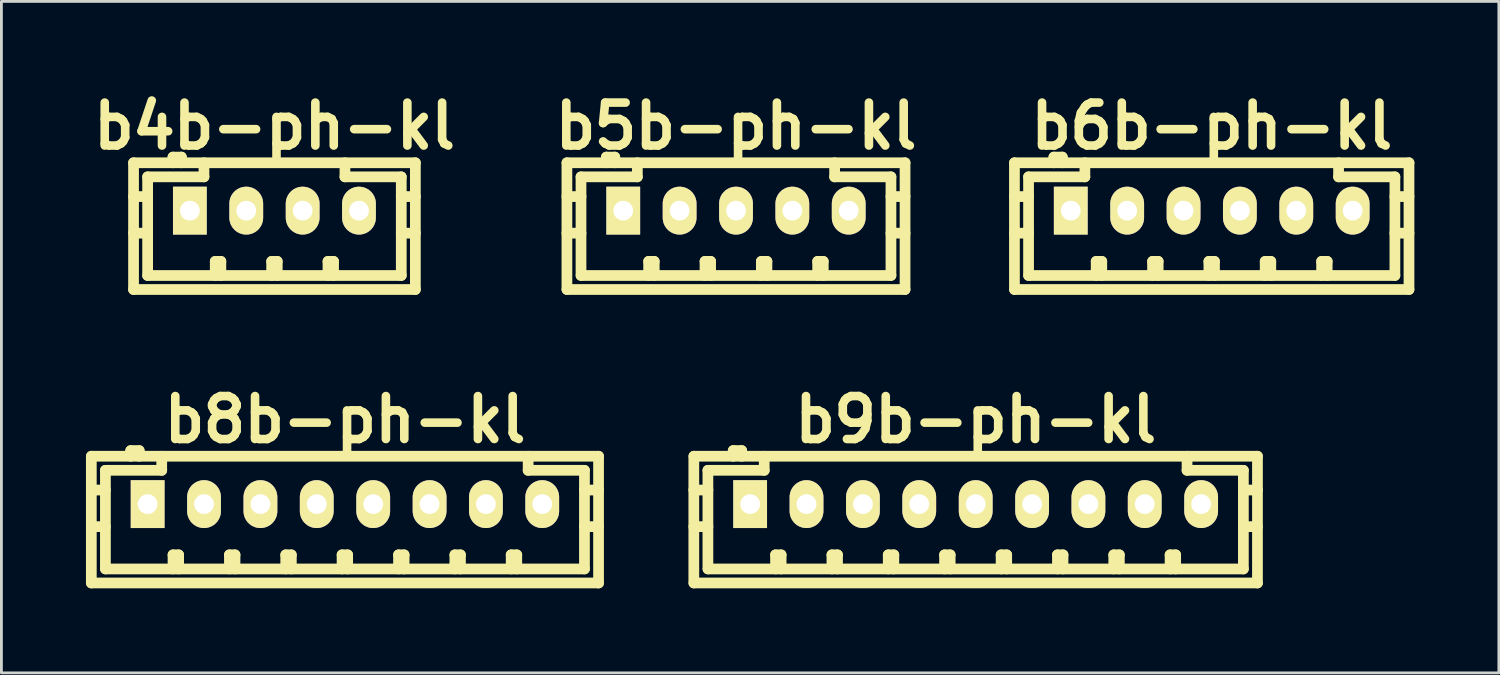
<source format=kicad_pcb>
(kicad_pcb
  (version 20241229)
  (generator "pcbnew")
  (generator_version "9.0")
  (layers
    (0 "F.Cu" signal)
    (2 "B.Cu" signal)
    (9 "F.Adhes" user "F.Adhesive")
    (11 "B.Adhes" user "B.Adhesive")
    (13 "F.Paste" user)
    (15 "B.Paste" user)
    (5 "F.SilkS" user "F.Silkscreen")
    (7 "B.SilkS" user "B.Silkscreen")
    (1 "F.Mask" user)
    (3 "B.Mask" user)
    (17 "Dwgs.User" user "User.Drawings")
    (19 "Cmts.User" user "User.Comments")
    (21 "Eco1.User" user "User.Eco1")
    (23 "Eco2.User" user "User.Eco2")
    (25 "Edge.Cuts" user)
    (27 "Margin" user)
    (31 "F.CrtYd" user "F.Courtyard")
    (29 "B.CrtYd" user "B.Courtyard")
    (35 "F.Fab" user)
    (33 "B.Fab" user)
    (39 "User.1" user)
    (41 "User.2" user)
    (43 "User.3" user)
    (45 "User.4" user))
  (footprint "b4b-ph-kl"
    (layer "F.Cu")
    (at 6.691 4.426)
    (property "Reference" "b4b-ph-kl" (at 0 -3 0) (layer "F.SilkS") (effects (font (size 1.524 1.524) (thickness 0.305))))
    (attr through_hole)
    (fp_line (start -5.001 -1.699) (end -5.001 2.799) (stroke (width 0.381) (type solid)) (layer "F.SilkS"))
    (fp_line (start -5.001 -1.699) (end 5.001 -1.699) (stroke (width 0.381) (type solid)) (layer "F.SilkS"))
    (fp_line (start -5.001 2.799) (end 5.001 2.799) (stroke (width 0.381) (type solid)) (layer "F.SilkS"))
    (fp_line (start -4.501 -1.199) (end -4.501 2.301) (stroke (width 0.381) (type solid)) (layer "F.SilkS"))
    (fp_line (start -4.501 -0.5) (end -5.001 -0.5) (stroke (width 0.381) (type solid)) (layer "F.SilkS"))
    (fp_line (start -4.501 0.8) (end -5.001 0.8) (stroke (width 0.381) (type solid)) (layer "F.SilkS"))
    (fp_line (start -3.602 -1.9) (end -3.602 -1.699) (stroke (width 0.381) (type solid)) (layer "F.SilkS"))
    (fp_line (start -3.302 -1.9) (end -3.602 -1.9) (stroke (width 0.381) (type solid)) (layer "F.SilkS"))
    (fp_line (start -3.302 -1.699) (end -3.302 -1.9) (stroke (width 0.381) (type solid)) (layer "F.SilkS"))
    (fp_line (start -2.502 -1.699) (end -2.502 -1.199) (stroke (width 0.381) (type solid)) (layer "F.SilkS"))
    (fp_line (start -2.502 -1.199) (end -4.501 -1.199) (stroke (width 0.381) (type solid)) (layer "F.SilkS"))
    (fp_line (start -2.101 1.801) (end -1.902 1.801) (stroke (width 0.381) (type solid)) (layer "F.SilkS"))
    (fp_line (start -2.101 2.301) (end -2.101 1.801) (stroke (width 0.381) (type solid)) (layer "F.SilkS"))
    (fp_line (start -1.902 1.801) (end -1.902 2.301) (stroke (width 0.381) (type solid)) (layer "F.SilkS"))
    (fp_line (start -0.099 1.801) (end 0.099 1.801) (stroke (width 0.381) (type solid)) (layer "F.SilkS"))
    (fp_line (start -0.099 2.301) (end -0.099 1.801) (stroke (width 0.381) (type solid)) (layer "F.SilkS"))
    (fp_line (start 0.099 1.801) (end 0.099 2.301) (stroke (width 0.381) (type solid)) (layer "F.SilkS"))
    (fp_line (start 1.9 1.801) (end 2.098 1.801) (stroke (width 0.381) (type solid)) (layer "F.SilkS"))
    (fp_line (start 1.9 2.301) (end 1.9 1.801) (stroke (width 0.381) (type solid)) (layer "F.SilkS"))
    (fp_line (start 2.098 1.801) (end 2.098 2.301) (stroke (width 0.381) (type solid)) (layer "F.SilkS"))
    (fp_line (start 2.502 -1.199) (end 2.502 -1.699) (stroke (width 0.381) (type solid)) (layer "F.SilkS"))
    (fp_line (start 4.501 -1.199) (end 2.502 -1.199) (stroke (width 0.381) (type solid)) (layer "F.SilkS"))
    (fp_line (start 4.501 0.8) (end 5.001 0.8) (stroke (width 0.381) (type solid)) (layer "F.SilkS"))
    (fp_line (start 4.501 2.301) (end -4.501 2.301) (stroke (width 0.381) (type solid)) (layer "F.SilkS"))
    (fp_line (start 4.501 2.301) (end 4.501 -1.199) (stroke (width 0.381) (type solid)) (layer "F.SilkS"))
    (fp_line (start 5.001 -1.699) (end 5.001 2.799) (stroke (width 0.381) (type solid)) (layer "F.SilkS"))
    (fp_line (start 5.001 -0.5) (end 4.501 -0.5) (stroke (width 0.381) (type solid)) (layer "F.SilkS"))
    (pad "1" thru_hole rect (at -3.002 0) (size 1.199 1.699) (drill 0.701) (layers "*.Cu" "*.Mask" "F.SilkS"))
    (pad "2" thru_hole oval (at -1.001 0) (size 1.199 1.699) (drill 0.701) (layers "*.Cu" "*.Mask" "F.SilkS"))
    (pad "3" thru_hole oval (at 1.001 0) (size 1.199 1.699) (drill 0.701) (layers "*.Cu" "*.Mask" "F.SilkS"))
    (pad "4" thru_hole oval (at 3 0) (size 1.199 1.699) (drill 0.701) (layers "*.Cu" "*.Mask" "F.SilkS")))
  (footprint "b8b-ph-kl"
    (layer "F.Cu")
    (at 9.195 14.842)
    (property "Reference" "b8b-ph-kl" (at 0 -3 0) (layer "F.SilkS") (effects (font (size 1.524 1.524) (thickness 0.305))))
    (attr through_hole)
    (fp_line (start -9.004 -1.699) (end -9.004 2.799) (stroke (width 0.381) (type solid)) (layer "F.SilkS"))
    (fp_line (start -8.999 -1.699) (end 8.999 -1.699) (stroke (width 0.381) (type solid)) (layer "F.SilkS"))
    (fp_line (start -8.999 2.799) (end 8.999 2.799) (stroke (width 0.381) (type solid)) (layer "F.SilkS"))
    (fp_line (start -8.504 -1.199) (end -8.504 2.301) (stroke (width 0.381) (type solid)) (layer "F.SilkS"))
    (fp_line (start -8.504 -0.5) (end -9.004 -0.5) (stroke (width 0.381) (type solid)) (layer "F.SilkS"))
    (fp_line (start -8.504 0.8) (end -9.004 0.8) (stroke (width 0.381) (type solid)) (layer "F.SilkS"))
    (fp_line (start -7.605 -1.9) (end -7.605 -1.699) (stroke (width 0.381) (type solid)) (layer "F.SilkS"))
    (fp_line (start -7.305 -1.9) (end -7.605 -1.9) (stroke (width 0.381) (type solid)) (layer "F.SilkS"))
    (fp_line (start -7.305 -1.699) (end -7.305 -1.9) (stroke (width 0.381) (type solid)) (layer "F.SilkS"))
    (fp_line (start -6.505 -1.699) (end -6.505 -1.199) (stroke (width 0.381) (type solid)) (layer "F.SilkS"))
    (fp_line (start -6.505 -1.199) (end -8.504 -1.199) (stroke (width 0.381) (type solid)) (layer "F.SilkS"))
    (fp_line (start -6.104 1.801) (end -5.905 1.801) (stroke (width 0.381) (type solid)) (layer "F.SilkS"))
    (fp_line (start -6.104 2.301) (end -6.104 1.801) (stroke (width 0.381) (type solid)) (layer "F.SilkS"))
    (fp_line (start -5.905 1.801) (end -5.905 2.301) (stroke (width 0.381) (type solid)) (layer "F.SilkS"))
    (fp_line (start -4.102 1.801) (end -3.904 1.801) (stroke (width 0.381) (type solid)) (layer "F.SilkS"))
    (fp_line (start -4.102 2.301) (end -4.102 1.801) (stroke (width 0.381) (type solid)) (layer "F.SilkS"))
    (fp_line (start -3.904 1.801) (end -3.904 2.301) (stroke (width 0.381) (type solid)) (layer "F.SilkS"))
    (fp_line (start -2.103 1.801) (end -1.905 1.801) (stroke (width 0.381) (type solid)) (layer "F.SilkS"))
    (fp_line (start -2.103 2.301) (end -2.103 1.801) (stroke (width 0.381) (type solid)) (layer "F.SilkS"))
    (fp_line (start -1.905 1.801) (end -1.905 2.301) (stroke (width 0.381) (type solid)) (layer "F.SilkS"))
    (fp_line (start -0.104 1.801) (end 0.094 1.801) (stroke (width 0.381) (type solid)) (layer "F.SilkS"))
    (fp_line (start -0.104 2.301) (end -0.104 1.801) (stroke (width 0.381) (type solid)) (layer "F.SilkS"))
    (fp_line (start 0.094 1.801) (end 0.094 2.301) (stroke (width 0.381) (type solid)) (layer "F.SilkS"))
    (fp_line (start 1.9 1.801) (end 2.098 1.801) (stroke (width 0.381) (type solid)) (layer "F.SilkS"))
    (fp_line (start 1.9 2.301) (end 1.9 1.801) (stroke (width 0.381) (type solid)) (layer "F.SilkS"))
    (fp_line (start 2.098 1.801) (end 2.098 2.301) (stroke (width 0.381) (type solid)) (layer "F.SilkS"))
    (fp_line (start 3.899 1.801) (end 4.097 1.801) (stroke (width 0.381) (type solid)) (layer "F.SilkS"))
    (fp_line (start 3.899 2.301) (end 3.899 1.801) (stroke (width 0.381) (type solid)) (layer "F.SilkS"))
    (fp_line (start 4.097 1.801) (end 4.097 2.301) (stroke (width 0.381) (type solid)) (layer "F.SilkS"))
    (fp_line (start 5.898 1.801) (end 6.096 1.801) (stroke (width 0.381) (type solid)) (layer "F.SilkS"))
    (fp_line (start 5.898 2.301) (end 5.898 1.801) (stroke (width 0.381) (type solid)) (layer "F.SilkS"))
    (fp_line (start 6.096 1.801) (end 6.096 2.301) (stroke (width 0.381) (type solid)) (layer "F.SilkS"))
    (fp_line (start 6.5 -1.199) (end 6.5 -1.699) (stroke (width 0.381) (type solid)) (layer "F.SilkS"))
    (fp_line (start 8.499 -1.199) (end 6.5 -1.199) (stroke (width 0.381) (type solid)) (layer "F.SilkS"))
    (fp_line (start 8.499 0.8) (end 8.999 0.8) (stroke (width 0.381) (type solid)) (layer "F.SilkS"))
    (fp_line (start 8.499 2.301) (end -8.499 2.301) (stroke (width 0.381) (type solid)) (layer "F.SilkS"))
    (fp_line (start 8.499 2.301) (end 8.499 -1.199) (stroke (width 0.381) (type solid)) (layer "F.SilkS"))
    (fp_line (start 8.999 -1.699) (end 8.999 2.799) (stroke (width 0.381) (type solid)) (layer "F.SilkS"))
    (fp_line (start 8.999 -0.5) (end 8.499 -0.5) (stroke (width 0.381) (type solid)) (layer "F.SilkS"))
    (pad "1" thru_hole rect (at -7.005 0) (size 1.199 1.699) (drill 0.701) (layers "*.Cu" "*.Mask" "F.SilkS"))
    (pad "2" thru_hole oval (at -5.004 0) (size 1.199 1.699) (drill 0.701) (layers "*.Cu" "*.Mask" "F.SilkS"))
    (pad "3" thru_hole oval (at -3.002 0) (size 1.199 1.699) (drill 0.701) (layers "*.Cu" "*.Mask" "F.SilkS"))
    (pad "4" thru_hole oval (at -1.003 0) (size 1.199 1.699) (drill 0.701) (layers "*.Cu" "*.Mask" "F.SilkS"))
    (pad "5" thru_hole oval (at 1.001 0) (size 1.199 1.699) (drill 0.701) (layers "*.Cu" "*.Mask" "F.SilkS"))
    (pad "6" thru_hole oval (at 3.002 0) (size 1.199 1.699) (drill 0.701) (layers "*.Cu" "*.Mask" "F.SilkS"))
    (pad "7" thru_hole oval (at 5.001 0) (size 1.199 1.699) (drill 0.701) (layers "*.Cu" "*.Mask" "F.SilkS"))
    (pad "8" thru_hole oval (at 7 0) (size 1.199 1.699) (drill 0.701) (layers "*.Cu" "*.Mask" "F.SilkS")))
  (footprint "b5b-ph-kl"
    (layer "F.Cu")
    (at 23.073 4.426)
    (property "Reference" "b5b-ph-kl" (at 0 -3 0) (layer "F.SilkS") (effects (font (size 1.524 1.524) (thickness 0.305))))
    (attr through_hole)
    (fp_line (start -6.002 -1.699) (end -6.002 2.799) (stroke (width 0.381) (type solid)) (layer "F.SilkS"))
    (fp_line (start -5.502 -1.199) (end -5.502 2.301) (stroke (width 0.381) (type solid)) (layer "F.SilkS"))
    (fp_line (start -5.502 -0.5) (end -6.002 -0.5) (stroke (width 0.381) (type solid)) (layer "F.SilkS"))
    (fp_line (start -5.502 0.8) (end -6.002 0.8) (stroke (width 0.381) (type solid)) (layer "F.SilkS"))
    (fp_line (start -5.499 2.301) (end 5.499 2.301) (stroke (width 0.381) (type solid)) (layer "F.SilkS"))
    (fp_line (start -4.602 -1.9) (end -4.602 -1.699) (stroke (width 0.381) (type solid)) (layer "F.SilkS"))
    (fp_line (start -4.303 -1.9) (end -4.602 -1.9) (stroke (width 0.381) (type solid)) (layer "F.SilkS"))
    (fp_line (start -4.303 -1.699) (end -4.303 -1.9) (stroke (width 0.381) (type solid)) (layer "F.SilkS"))
    (fp_line (start -3.503 -1.699) (end -3.503 -1.199) (stroke (width 0.381) (type solid)) (layer "F.SilkS"))
    (fp_line (start -3.503 -1.199) (end -5.502 -1.199) (stroke (width 0.381) (type solid)) (layer "F.SilkS"))
    (fp_line (start -3.101 1.801) (end -2.903 1.801) (stroke (width 0.381) (type solid)) (layer "F.SilkS"))
    (fp_line (start -3.101 2.301) (end -3.101 1.801) (stroke (width 0.381) (type solid)) (layer "F.SilkS"))
    (fp_line (start -2.903 1.801) (end -2.903 2.301) (stroke (width 0.381) (type solid)) (layer "F.SilkS"))
    (fp_line (start -1.1 1.801) (end -0.902 1.801) (stroke (width 0.381) (type solid)) (layer "F.SilkS"))
    (fp_line (start -1.1 2.301) (end -1.1 1.801) (stroke (width 0.381) (type solid)) (layer "F.SilkS"))
    (fp_line (start -0.902 1.801) (end -0.902 2.301) (stroke (width 0.381) (type solid)) (layer "F.SilkS"))
    (fp_line (start 0.899 1.801) (end 1.097 1.801) (stroke (width 0.381) (type solid)) (layer "F.SilkS"))
    (fp_line (start 0.899 2.301) (end 0.899 1.801) (stroke (width 0.381) (type solid)) (layer "F.SilkS"))
    (fp_line (start 1.097 1.801) (end 1.097 2.301) (stroke (width 0.381) (type solid)) (layer "F.SilkS"))
    (fp_line (start 2.898 1.801) (end 3.096 1.801) (stroke (width 0.381) (type solid)) (layer "F.SilkS"))
    (fp_line (start 2.898 2.301) (end 2.898 1.801) (stroke (width 0.381) (type solid)) (layer "F.SilkS"))
    (fp_line (start 3.096 1.801) (end 3.096 2.301) (stroke (width 0.381) (type solid)) (layer "F.SilkS"))
    (fp_line (start 3.5 -1.199) (end 3.5 -1.699) (stroke (width 0.381) (type solid)) (layer "F.SilkS"))
    (fp_line (start 5.499 -1.199) (end 3.5 -1.199) (stroke (width 0.381) (type solid)) (layer "F.SilkS"))
    (fp_line (start 5.499 0.8) (end 5.999 0.8) (stroke (width 0.381) (type solid)) (layer "F.SilkS"))
    (fp_line (start 5.499 2.301) (end 5.499 -1.199) (stroke (width 0.381) (type solid)) (layer "F.SilkS"))
    (fp_line (start 5.999 -1.699) (end -5.999 -1.699) (stroke (width 0.381) (type solid)) (layer "F.SilkS"))
    (fp_line (start 5.999 -1.699) (end 5.999 2.799) (stroke (width 0.381) (type solid)) (layer "F.SilkS"))
    (fp_line (start 5.999 -0.5) (end 5.499 -0.5) (stroke (width 0.381) (type solid)) (layer "F.SilkS"))
    (fp_line (start 5.999 2.799) (end -5.999 2.799) (stroke (width 0.381) (type solid)) (layer "F.SilkS"))
    (pad "1" thru_hole rect (at -4.003 0) (size 1.199 1.699) (drill 0.701) (layers "*.Cu" "*.Mask" "F.SilkS"))
    (pad "2" thru_hole oval (at -2.002 0) (size 1.199 1.699) (drill 0.701) (layers "*.Cu" "*.Mask" "F.SilkS"))
    (pad "3" thru_hole oval (at 0 0) (size 1.199 1.699) (drill 0.701) (layers "*.Cu" "*.Mask" "F.SilkS"))
    (pad "4" thru_hole oval (at 1.999 0) (size 1.199 1.699) (drill 0.701) (layers "*.Cu" "*.Mask" "F.SilkS"))
    (pad "5" thru_hole oval (at 4 0) (size 1.199 1.699) (drill 0.701) (layers "*.Cu" "*.Mask" "F.SilkS")))
  (footprint "b9b-ph-kl"
    (layer "F.Cu")
    (at 31.58 14.842)
    (property "Reference" "b9b-ph-kl" (at 0 -3 0) (layer "F.SilkS") (effects (font (size 1.524 1.524) (thickness 0.305))))
    (attr through_hole)
    (fp_line (start -10.005 -1.699) (end -10.005 2.799) (stroke (width 0.381) (type solid)) (layer "F.SilkS"))
    (fp_line (start -9.505 -1.199) (end -9.505 2.301) (stroke (width 0.381) (type solid)) (layer "F.SilkS"))
    (fp_line (start -9.505 -0.5) (end -10.005 -0.5) (stroke (width 0.381) (type solid)) (layer "F.SilkS"))
    (fp_line (start -9.505 0.8) (end -10.005 0.8) (stroke (width 0.381) (type solid)) (layer "F.SilkS"))
    (fp_line (start -9.5 2.301) (end 9.5 2.301) (stroke (width 0.381) (type solid)) (layer "F.SilkS"))
    (fp_line (start -8.606 -1.9) (end -8.606 -1.699) (stroke (width 0.381) (type solid)) (layer "F.SilkS"))
    (fp_line (start -8.306 -1.9) (end -8.606 -1.9) (stroke (width 0.381) (type solid)) (layer "F.SilkS"))
    (fp_line (start -8.306 -1.699) (end -8.306 -1.9) (stroke (width 0.381) (type solid)) (layer "F.SilkS"))
    (fp_line (start -7.506 -1.699) (end -7.506 -1.199) (stroke (width 0.381) (type solid)) (layer "F.SilkS"))
    (fp_line (start -7.506 -1.199) (end -9.505 -1.199) (stroke (width 0.381) (type solid)) (layer "F.SilkS"))
    (fp_line (start -7.104 1.801) (end -6.906 1.801) (stroke (width 0.381) (type solid)) (layer "F.SilkS"))
    (fp_line (start -7.104 2.301) (end -7.104 1.801) (stroke (width 0.381) (type solid)) (layer "F.SilkS"))
    (fp_line (start -6.906 1.801) (end -6.906 2.301) (stroke (width 0.381) (type solid)) (layer "F.SilkS"))
    (fp_line (start -5.103 1.801) (end -4.905 1.801) (stroke (width 0.381) (type solid)) (layer "F.SilkS"))
    (fp_line (start -5.103 2.301) (end -5.103 1.801) (stroke (width 0.381) (type solid)) (layer "F.SilkS"))
    (fp_line (start -4.905 1.801) (end -4.905 2.301) (stroke (width 0.381) (type solid)) (layer "F.SilkS"))
    (fp_line (start -3.104 1.801) (end -2.906 1.801) (stroke (width 0.381) (type solid)) (layer "F.SilkS"))
    (fp_line (start -3.104 2.301) (end -3.104 1.801) (stroke (width 0.381) (type solid)) (layer "F.SilkS"))
    (fp_line (start -2.906 1.801) (end -2.906 2.301) (stroke (width 0.381) (type solid)) (layer "F.SilkS"))
    (fp_line (start -1.105 1.801) (end -0.907 1.801) (stroke (width 0.381) (type solid)) (layer "F.SilkS"))
    (fp_line (start -1.105 2.301) (end -1.105 1.801) (stroke (width 0.381) (type solid)) (layer "F.SilkS"))
    (fp_line (start -0.907 1.801) (end -0.907 2.301) (stroke (width 0.381) (type solid)) (layer "F.SilkS"))
    (fp_line (start 0.902 1.801) (end 1.1 1.801) (stroke (width 0.381) (type solid)) (layer "F.SilkS"))
    (fp_line (start 0.902 2.301) (end 0.902 1.801) (stroke (width 0.381) (type solid)) (layer "F.SilkS"))
    (fp_line (start 1.1 1.801) (end 1.1 2.301) (stroke (width 0.381) (type solid)) (layer "F.SilkS"))
    (fp_line (start 2.901 1.801) (end 3.099 1.801) (stroke (width 0.381) (type solid)) (layer "F.SilkS"))
    (fp_line (start 2.901 2.301) (end 2.901 1.801) (stroke (width 0.381) (type solid)) (layer "F.SilkS"))
    (fp_line (start 3.099 1.801) (end 3.099 2.301) (stroke (width 0.381) (type solid)) (layer "F.SilkS"))
    (fp_line (start 4.9 1.801) (end 5.098 1.801) (stroke (width 0.381) (type solid)) (layer "F.SilkS"))
    (fp_line (start 4.9 2.301) (end 4.9 1.801) (stroke (width 0.381) (type solid)) (layer "F.SilkS"))
    (fp_line (start 5.098 1.801) (end 5.098 2.301) (stroke (width 0.381) (type solid)) (layer "F.SilkS"))
    (fp_line (start 6.899 1.801) (end 7.097 1.801) (stroke (width 0.381) (type solid)) (layer "F.SilkS"))
    (fp_line (start 6.899 2.301) (end 6.899 1.801) (stroke (width 0.381) (type solid)) (layer "F.SilkS"))
    (fp_line (start 7.097 1.801) (end 7.097 2.301) (stroke (width 0.381) (type solid)) (layer "F.SilkS"))
    (fp_line (start 7.501 -1.199) (end 7.501 -1.699) (stroke (width 0.381) (type solid)) (layer "F.SilkS"))
    (fp_line (start 9.5 -1.199) (end 7.501 -1.199) (stroke (width 0.381) (type solid)) (layer "F.SilkS"))
    (fp_line (start 9.5 0.8) (end 10 0.8) (stroke (width 0.381) (type solid)) (layer "F.SilkS"))
    (fp_line (start 9.5 2.301) (end 9.5 -1.199) (stroke (width 0.381) (type solid)) (layer "F.SilkS"))
    (fp_line (start 10 -1.699) (end -10 -1.699) (stroke (width 0.381) (type solid)) (layer "F.SilkS"))
    (fp_line (start 10 -1.699) (end 10 2.799) (stroke (width 0.381) (type solid)) (layer "F.SilkS"))
    (fp_line (start 10 -0.5) (end 9.5 -0.5) (stroke (width 0.381) (type solid)) (layer "F.SilkS"))
    (fp_line (start 10 2.799) (end -10 2.799) (stroke (width 0.381) (type solid)) (layer "F.SilkS"))
    (pad "1" thru_hole rect (at -8.006 0) (size 1.199 1.699) (drill 0.701) (layers "*.Cu" "*.Mask" "F.SilkS"))
    (pad "2" thru_hole oval (at -6.005 0) (size 1.199 1.699) (drill 0.701) (layers "*.Cu" "*.Mask" "F.SilkS"))
    (pad "3" thru_hole oval (at -4.003 0) (size 1.199 1.699) (drill 0.701) (layers "*.Cu" "*.Mask" "F.SilkS"))
    (pad "4" thru_hole oval (at -2.004 0) (size 1.199 1.699) (drill 0.701) (layers "*.Cu" "*.Mask" "F.SilkS"))
    (pad "5" thru_hole oval (at 0 0) (size 1.199 1.699) (drill 0.701) (layers "*.Cu" "*.Mask" "F.SilkS"))
    (pad "6" thru_hole oval (at 2.002 0) (size 1.199 1.699) (drill 0.701) (layers "*.Cu" "*.Mask" "F.SilkS"))
    (pad "7" thru_hole oval (at 4 0) (size 1.199 1.699) (drill 0.701) (layers "*.Cu" "*.Mask" "F.SilkS"))
    (pad "8" thru_hole oval (at 5.999 0) (size 1.199 1.699) (drill 0.701) (layers "*.Cu" "*.Mask" "F.SilkS"))
    (pad "9" thru_hole oval (at 8.001 0) (size 1.199 1.699) (drill 0.701) (layers "*.Cu" "*.Mask" "F.SilkS")))
  (footprint "b6b-ph-kl"
    (layer "F.Cu")
    (at 39.958 4.426)
    (property "Reference" "b6b-ph-kl" (at 0 -3 0) (layer "F.SilkS") (effects (font (size 1.524 1.524) (thickness 0.305))))
    (attr through_hole)
    (fp_line (start -7.003 -1.699) (end -7.003 2.799) (stroke (width 0.381) (type solid)) (layer "F.SilkS"))
    (fp_line (start -7 2.799) (end 7 2.799) (stroke (width 0.381) (type solid)) (layer "F.SilkS"))
    (fp_line (start -6.502 -1.199) (end -6.502 2.301) (stroke (width 0.381) (type solid)) (layer "F.SilkS"))
    (fp_line (start -6.502 -0.5) (end -7.003 -0.5) (stroke (width 0.381) (type solid)) (layer "F.SilkS"))
    (fp_line (start -6.502 0.8) (end -7.003 0.8) (stroke (width 0.381) (type solid)) (layer "F.SilkS"))
    (fp_line (start -5.603 -1.9) (end -5.603 -1.699) (stroke (width 0.381) (type solid)) (layer "F.SilkS"))
    (fp_line (start -5.304 -1.9) (end -5.603 -1.9) (stroke (width 0.381) (type solid)) (layer "F.SilkS"))
    (fp_line (start -5.304 -1.699) (end -5.304 -1.9) (stroke (width 0.381) (type solid)) (layer "F.SilkS"))
    (fp_line (start -4.503 -1.699) (end -4.503 -1.199) (stroke (width 0.381) (type solid)) (layer "F.SilkS"))
    (fp_line (start -4.503 -1.199) (end -6.502 -1.199) (stroke (width 0.381) (type solid)) (layer "F.SilkS"))
    (fp_line (start -4.102 1.801) (end -3.904 1.801) (stroke (width 0.381) (type solid)) (layer "F.SilkS"))
    (fp_line (start -4.102 2.301) (end -4.102 1.801) (stroke (width 0.381) (type solid)) (layer "F.SilkS"))
    (fp_line (start -3.904 1.801) (end -3.904 2.301) (stroke (width 0.381) (type solid)) (layer "F.SilkS"))
    (fp_line (start -2.101 1.801) (end -1.902 1.801) (stroke (width 0.381) (type solid)) (layer "F.SilkS"))
    (fp_line (start -2.101 2.301) (end -2.101 1.801) (stroke (width 0.381) (type solid)) (layer "F.SilkS"))
    (fp_line (start -1.902 1.801) (end -1.902 2.301) (stroke (width 0.381) (type solid)) (layer "F.SilkS"))
    (fp_line (start -0.102 1.801) (end 0.097 1.801) (stroke (width 0.381) (type solid)) (layer "F.SilkS"))
    (fp_line (start -0.102 2.301) (end -0.102 1.801) (stroke (width 0.381) (type solid)) (layer "F.SilkS"))
    (fp_line (start 0.097 1.801) (end 0.097 2.301) (stroke (width 0.381) (type solid)) (layer "F.SilkS"))
    (fp_line (start 1.897 1.801) (end 2.095 1.801) (stroke (width 0.381) (type solid)) (layer "F.SilkS"))
    (fp_line (start 1.897 2.301) (end 1.897 1.801) (stroke (width 0.381) (type solid)) (layer "F.SilkS"))
    (fp_line (start 2.095 1.801) (end 2.095 2.301) (stroke (width 0.381) (type solid)) (layer "F.SilkS"))
    (fp_line (start 3.899 1.801) (end 4.097 1.801) (stroke (width 0.381) (type solid)) (layer "F.SilkS"))
    (fp_line (start 3.899 2.301) (end 3.899 1.801) (stroke (width 0.381) (type solid)) (layer "F.SilkS"))
    (fp_line (start 4.097 1.801) (end 4.097 2.301) (stroke (width 0.381) (type solid)) (layer "F.SilkS"))
    (fp_line (start 4.501 -1.199) (end 4.501 -1.699) (stroke (width 0.381) (type solid)) (layer "F.SilkS"))
    (fp_line (start 6.5 -1.199) (end 4.501 -1.199) (stroke (width 0.381) (type solid)) (layer "F.SilkS"))
    (fp_line (start 6.5 0.8) (end 7 0.8) (stroke (width 0.381) (type solid)) (layer "F.SilkS"))
    (fp_line (start 6.5 2.301) (end -6.5 2.301) (stroke (width 0.381) (type solid)) (layer "F.SilkS"))
    (fp_line (start 6.5 2.301) (end 6.5 -1.199) (stroke (width 0.381) (type solid)) (layer "F.SilkS"))
    (fp_line (start 7 -1.699) (end -7 -1.699) (stroke (width 0.381) (type solid)) (layer "F.SilkS"))
    (fp_line (start 7 -1.699) (end 7 2.799) (stroke (width 0.381) (type solid)) (layer "F.SilkS"))
    (fp_line (start 7 -0.5) (end 6.5 -0.5) (stroke (width 0.381) (type solid)) (layer "F.SilkS"))
    (pad "1" thru_hole rect (at -5.004 0) (size 1.199 1.699) (drill 0.701) (layers "*.Cu" "*.Mask" "F.SilkS"))
    (pad "2" thru_hole oval (at -3.002 0) (size 1.199 1.699) (drill 0.701) (layers "*.Cu" "*.Mask" "F.SilkS"))
    (pad "3" thru_hole oval (at -1.001 0) (size 1.199 1.699) (drill 0.701) (layers "*.Cu" "*.Mask" "F.SilkS"))
    (pad "4" thru_hole oval (at 0.998 0) (size 1.199 1.699) (drill 0.701) (layers "*.Cu" "*.Mask" "F.SilkS"))
    (pad "5" thru_hole oval (at 3 0) (size 1.199 1.699) (drill 0.701) (layers "*.Cu" "*.Mask" "F.SilkS"))
    (pad "6" thru_hole oval (at 5.001 0) (size 1.199 1.699) (drill 0.701) (layers "*.Cu" "*.Mask" "F.SilkS")))
  (gr_rect
    (start -3 -3)
    (end 50.148 20.832)
    (stroke (width 0.1) (type default))
    (fill no)
    (layer "Edge.Cuts")))
</source>
